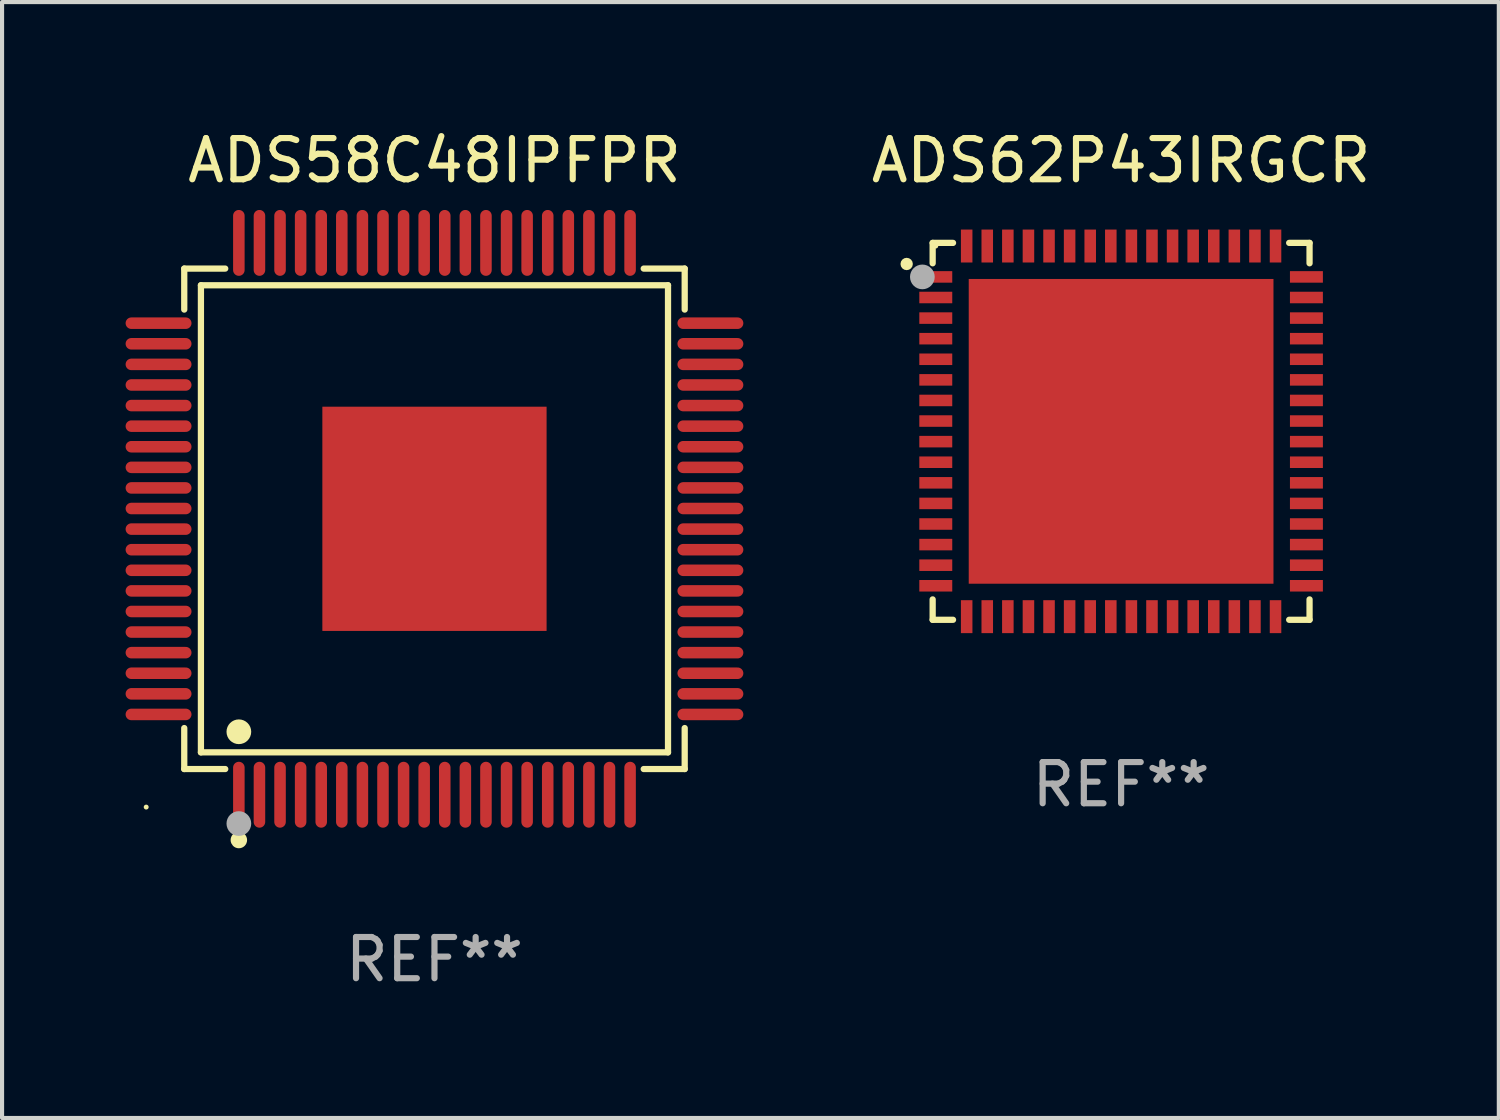
<source format=kicad_pcb>
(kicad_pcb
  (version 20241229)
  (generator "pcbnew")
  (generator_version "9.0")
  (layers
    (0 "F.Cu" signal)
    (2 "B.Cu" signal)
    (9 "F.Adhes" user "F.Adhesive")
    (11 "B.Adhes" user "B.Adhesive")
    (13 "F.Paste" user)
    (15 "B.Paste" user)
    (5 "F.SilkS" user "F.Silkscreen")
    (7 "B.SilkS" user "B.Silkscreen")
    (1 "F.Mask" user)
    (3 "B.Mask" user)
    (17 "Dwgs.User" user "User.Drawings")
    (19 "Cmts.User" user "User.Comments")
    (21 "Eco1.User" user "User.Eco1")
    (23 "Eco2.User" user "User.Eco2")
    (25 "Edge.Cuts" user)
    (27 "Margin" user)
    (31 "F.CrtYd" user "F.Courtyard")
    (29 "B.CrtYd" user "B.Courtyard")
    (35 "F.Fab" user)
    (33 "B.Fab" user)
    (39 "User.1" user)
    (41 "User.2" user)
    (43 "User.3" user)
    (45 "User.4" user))
  (footprint "ADS62P43IRGCR"
    (layer "F.Cu")
    (at 24.173 7.424)
    (property "Reference" "ADS62P43IRGCR" (at 0 -6.576 0) (layer "F.SilkS") (effects (font (size 1 1) (thickness 0.15))))
    (attr through_hole)
    (fp_line (start -4.576 -4.576) (end -4.576 -4.081) (stroke (width 0.152) (type solid)) (layer "F.SilkS"))
    (fp_line (start -4.576 4.576) (end -4.576 4.081) (stroke (width 0.152) (type solid)) (layer "F.SilkS"))
    (fp_line (start -4.081 -4.576) (end -4.576 -4.576) (stroke (width 0.152) (type solid)) (layer "F.SilkS"))
    (fp_line (start -4.081 4.576) (end -4.576 4.576) (stroke (width 0.152) (type solid)) (layer "F.SilkS"))
    (fp_line (start 4.081 -4.576) (end 4.576 -4.576) (stroke (width 0.152) (type solid)) (layer "F.SilkS"))
    (fp_line (start 4.081 4.576) (end 4.576 4.576) (stroke (width 0.152) (type solid)) (layer "F.SilkS"))
    (fp_line (start 4.576 -4.576) (end 4.576 -4.081) (stroke (width 0.152) (type solid)) (layer "F.SilkS"))
    (fp_line (start 4.576 4.576) (end 4.576 4.081) (stroke (width 0.152) (type solid)) (layer "F.SilkS"))
    (fp_circle (center -5.207 -4.064) (end -5.132 -4.064) (stroke (width 0.15) (type solid)) (fill no) (layer "F.SilkS"))
    (fp_circle (center -4.5 -4.5) (end -4.47 -4.5) (stroke (width 0.06) (type solid)) (fill no) (layer "F.SilkS"))
    (fp_circle (center -4.826 -3.75) (end -4.676 -3.75) (stroke (width 0.3) (type solid)) (fill no) (layer "F.Fab"))
    (fp_text user "REF**" (at 0 8.576 0) (layer "F.Fab") (effects (font (size 1 1) (thickness 0.15))))
    (pad "1" smd rect (at -4.5 -3.75) (size 0.8 0.28) (layers "F.Cu" "F.Mask" "F.Paste"))
    (pad "2" smd rect (at -4.5 -3.25) (size 0.8 0.28) (layers "F.Cu" "F.Mask" "F.Paste"))
    (pad "3" smd rect (at -4.5 -2.75) (size 0.8 0.28) (layers "F.Cu" "F.Mask" "F.Paste"))
    (pad "4" smd rect (at -4.5 -2.25) (size 0.8 0.28) (layers "F.Cu" "F.Mask" "F.Paste"))
    (pad "5" smd rect (at -4.5 -1.75) (size 0.8 0.28) (layers "F.Cu" "F.Mask" "F.Paste"))
    (pad "6" smd rect (at -4.5 -1.25) (size 0.8 0.28) (layers "F.Cu" "F.Mask" "F.Paste"))
    (pad "7" smd rect (at -4.5 -0.75) (size 0.8 0.28) (layers "F.Cu" "F.Mask" "F.Paste"))
    (pad "8" smd rect (at -4.5 -0.25) (size 0.8 0.28) (layers "F.Cu" "F.Mask" "F.Paste"))
    (pad "9" smd rect (at -4.5 0.25) (size 0.8 0.28) (layers "F.Cu" "F.Mask" "F.Paste"))
    (pad "10" smd rect (at -4.5 0.75) (size 0.8 0.28) (layers "F.Cu" "F.Mask" "F.Paste"))
    (pad "11" smd rect (at -4.5 1.25) (size 0.8 0.28) (layers "F.Cu" "F.Mask" "F.Paste"))
    (pad "12" smd rect (at -4.5 1.75) (size 0.8 0.28) (layers "F.Cu" "F.Mask" "F.Paste"))
    (pad "13" smd rect (at -4.5 2.25) (size 0.8 0.28) (layers "F.Cu" "F.Mask" "F.Paste"))
    (pad "14" smd rect (at -4.5 2.75) (size 0.8 0.28) (layers "F.Cu" "F.Mask" "F.Paste"))
    (pad "15" smd rect (at -4.5 3.25) (size 0.8 0.28) (layers "F.Cu" "F.Mask" "F.Paste"))
    (pad "16" smd rect (at -4.5 3.75) (size 0.8 0.28) (layers "F.Cu" "F.Mask" "F.Paste"))
    (pad "17" smd rect (at -3.75 4.5) (size 0.28 0.8) (layers "F.Cu" "F.Mask" "F.Paste"))
    (pad "18" smd rect (at -3.25 4.5) (size 0.28 0.8) (layers "F.Cu" "F.Mask" "F.Paste"))
    (pad "19" smd rect (at -2.75 4.5) (size 0.28 0.8) (layers "F.Cu" "F.Mask" "F.Paste"))
    (pad "20" smd rect (at -2.25 4.5) (size 0.28 0.8) (layers "F.Cu" "F.Mask" "F.Paste"))
    (pad "21" smd rect (at -1.75 4.5) (size 0.28 0.8) (layers "F.Cu" "F.Mask" "F.Paste"))
    (pad "22" smd rect (at -1.25 4.5) (size 0.28 0.8) (layers "F.Cu" "F.Mask" "F.Paste"))
    (pad "23" smd rect (at -0.75 4.5) (size 0.28 0.8) (layers "F.Cu" "F.Mask" "F.Paste"))
    (pad "24" smd rect (at -0.25 4.5) (size 0.28 0.8) (layers "F.Cu" "F.Mask" "F.Paste"))
    (pad "25" smd rect (at 0.25 4.5) (size 0.28 0.8) (layers "F.Cu" "F.Mask" "F.Paste"))
    (pad "26" smd rect (at 0.75 4.5) (size 0.28 0.8) (layers "F.Cu" "F.Mask" "F.Paste"))
    (pad "27" smd rect (at 1.25 4.5) (size 0.28 0.8) (layers "F.Cu" "F.Mask" "F.Paste"))
    (pad "28" smd rect (at 1.75 4.5) (size 0.28 0.8) (layers "F.Cu" "F.Mask" "F.Paste"))
    (pad "29" smd rect (at 2.25 4.5) (size 0.28 0.8) (layers "F.Cu" "F.Mask" "F.Paste"))
    (pad "30" smd rect (at 2.75 4.5) (size 0.28 0.8) (layers "F.Cu" "F.Mask" "F.Paste"))
    (pad "31" smd rect (at 3.25 4.5) (size 0.28 0.8) (layers "F.Cu" "F.Mask" "F.Paste"))
    (pad "32" smd rect (at 3.75 4.5) (size 0.28 0.8) (layers "F.Cu" "F.Mask" "F.Paste"))
    (pad "33" smd rect (at 4.5 3.75) (size 0.8 0.28) (layers "F.Cu" "F.Mask" "F.Paste"))
    (pad "34" smd rect (at 4.5 3.25) (size 0.8 0.28) (layers "F.Cu" "F.Mask" "F.Paste"))
    (pad "35" smd rect (at 4.5 2.75) (size 0.8 0.28) (layers "F.Cu" "F.Mask" "F.Paste"))
    (pad "36" smd rect (at 4.5 2.25) (size 0.8 0.28) (layers "F.Cu" "F.Mask" "F.Paste"))
    (pad "37" smd rect (at 4.5 1.75) (size 0.8 0.28) (layers "F.Cu" "F.Mask" "F.Paste"))
    (pad "38" smd rect (at 4.5 1.25) (size 0.8 0.28) (layers "F.Cu" "F.Mask" "F.Paste"))
    (pad "39" smd rect (at 4.5 0.75) (size 0.8 0.28) (layers "F.Cu" "F.Mask" "F.Paste"))
    (pad "40" smd rect (at 4.5 0.25) (size 0.8 0.28) (layers "F.Cu" "F.Mask" "F.Paste"))
    (pad "41" smd rect (at 4.5 -0.25) (size 0.8 0.28) (layers "F.Cu" "F.Mask" "F.Paste"))
    (pad "42" smd rect (at 4.5 -0.75) (size 0.8 0.28) (layers "F.Cu" "F.Mask" "F.Paste"))
    (pad "43" smd rect (at 4.5 -1.25) (size 0.8 0.28) (layers "F.Cu" "F.Mask" "F.Paste"))
    (pad "44" smd rect (at 4.5 -1.75) (size 0.8 0.28) (layers "F.Cu" "F.Mask" "F.Paste"))
    (pad "45" smd rect (at 4.5 -2.25) (size 0.8 0.28) (layers "F.Cu" "F.Mask" "F.Paste"))
    (pad "46" smd rect (at 4.5 -2.75) (size 0.8 0.28) (layers "F.Cu" "F.Mask" "F.Paste"))
    (pad "47" smd rect (at 4.5 -3.25) (size 0.8 0.28) (layers "F.Cu" "F.Mask" "F.Paste"))
    (pad "48" smd rect (at 4.5 -3.75) (size 0.8 0.28) (layers "F.Cu" "F.Mask" "F.Paste"))
    (pad "49" smd rect (at 3.75 -4.5) (size 0.28 0.8) (layers "F.Cu" "F.Mask" "F.Paste"))
    (pad "50" smd rect (at 3.25 -4.5) (size 0.28 0.8) (layers "F.Cu" "F.Mask" "F.Paste"))
    (pad "51" smd rect (at 2.75 -4.5) (size 0.28 0.8) (layers "F.Cu" "F.Mask" "F.Paste"))
    (pad "52" smd rect (at 2.25 -4.5) (size 0.28 0.8) (layers "F.Cu" "F.Mask" "F.Paste"))
    (pad "53" smd rect (at 1.75 -4.5) (size 0.28 0.8) (layers "F.Cu" "F.Mask" "F.Paste"))
    (pad "54" smd rect (at 1.25 -4.5) (size 0.28 0.8) (layers "F.Cu" "F.Mask" "F.Paste"))
    (pad "55" smd rect (at 0.75 -4.5) (size 0.28 0.8) (layers "F.Cu" "F.Mask" "F.Paste"))
    (pad "56" smd rect (at 0.25 -4.5) (size 0.28 0.8) (layers "F.Cu" "F.Mask" "F.Paste"))
    (pad "57" smd rect (at -0.25 -4.5) (size 0.28 0.8) (layers "F.Cu" "F.Mask" "F.Paste"))
    (pad "58" smd rect (at -0.75 -4.5) (size 0.28 0.8) (layers "F.Cu" "F.Mask" "F.Paste"))
    (pad "59" smd rect (at -1.25 -4.5) (size 0.28 0.8) (layers "F.Cu" "F.Mask" "F.Paste"))
    (pad "60" smd rect (at -1.75 -4.5) (size 0.28 0.8) (layers "F.Cu" "F.Mask" "F.Paste"))
    (pad "61" smd rect (at -2.25 -4.5) (size 0.28 0.8) (layers "F.Cu" "F.Mask" "F.Paste"))
    (pad "62" smd rect (at -2.75 -4.5) (size 0.28 0.8) (layers "F.Cu" "F.Mask" "F.Paste"))
    (pad "63" smd rect (at -3.25 -4.5) (size 0.28 0.8) (layers "F.Cu" "F.Mask" "F.Paste"))
    (pad "64" smd rect (at -3.75 -4.5) (size 0.28 0.8) (layers "F.Cu" "F.Mask" "F.Paste"))
    (pad "65" smd rect (at 0 0) (size 7.4 7.4) (layers "F.Cu" "F.Mask" "F.Paste")))
  (footprint "ADS58C48IPFPR"
    (layer "F.Cu")
    (at 7.5 9.548)
    (property "Reference" "ADS58C48IPFPR" (at 0 -8.7 0) (layer "F.SilkS") (effects (font (size 1 1) (thickness 0.15))))
    (attr through_hole)
    (fp_line (start -6.076 -6.076) (end -5.081 -6.076) (stroke (width 0.152) (type solid)) (layer "F.SilkS"))
    (fp_line (start -6.076 -5.081) (end -6.076 -6.076) (stroke (width 0.152) (type solid)) (layer "F.SilkS"))
    (fp_line (start -6.076 5.081) (end -6.076 6.076) (stroke (width 0.152) (type solid)) (layer "F.SilkS"))
    (fp_line (start -6.076 6.076) (end -5.081 6.076) (stroke (width 0.152) (type solid)) (layer "F.SilkS"))
    (fp_line (start -5.671 -5.671) (end 5.671 -5.671) (stroke (width 0.152) (type solid)) (layer "F.SilkS"))
    (fp_line (start -5.671 5.671) (end -5.671 -5.671) (stroke (width 0.152) (type solid)) (layer "F.SilkS"))
    (fp_line (start 5.671 -5.671) (end 5.671 5.671) (stroke (width 0.152) (type solid)) (layer "F.SilkS"))
    (fp_line (start 5.671 5.671) (end -5.671 5.671) (stroke (width 0.152) (type solid)) (layer "F.SilkS"))
    (fp_line (start 6.076 -6.076) (end 5.081 -6.076) (stroke (width 0.152) (type solid)) (layer "F.SilkS"))
    (fp_line (start 6.076 -5.081) (end 6.076 -6.076) (stroke (width 0.152) (type solid)) (layer "F.SilkS"))
    (fp_line (start 6.076 5.081) (end 6.076 6.076) (stroke (width 0.152) (type solid)) (layer "F.SilkS"))
    (fp_line (start 6.076 6.076) (end 5.081 6.076) (stroke (width 0.152) (type solid)) (layer "F.SilkS"))
    (fp_circle (center -7 7) (end -6.97 7) (stroke (width 0.06) (type solid)) (fill no) (layer "F.SilkS"))
    (fp_circle (center -4.75 5.171) (end -4.6 5.171) (stroke (width 0.3) (type solid)) (fill no) (layer "F.SilkS"))
    (fp_circle (center -4.75 7.8) (end -4.65 7.8) (stroke (width 0.2) (type solid)) (fill no) (layer "F.SilkS"))
    (fp_circle (center -4.75 7.4) (end -4.6 7.4) (stroke (width 0.3) (type solid)) (fill no) (layer "F.Fab"))
    (fp_text user "REF**" (at 0 10.7 0) (layer "F.Fab") (effects (font (size 1 1) (thickness 0.15))))
    (pad "1" smd oval (at -4.75 6.7) (size 0.28 1.6) (layers "F.Cu" "F.Mask" "F.Paste"))
    (pad "2" smd oval (at -4.25 6.7) (size 0.28 1.6) (layers "F.Cu" "F.Mask" "F.Paste"))
    (pad "3" smd oval (at -3.75 6.7) (size 0.28 1.6) (layers "F.Cu" "F.Mask" "F.Paste"))
    (pad "4" smd oval (at -3.25 6.7) (size 0.28 1.6) (layers "F.Cu" "F.Mask" "F.Paste"))
    (pad "5" smd oval (at -2.75 6.7) (size 0.28 1.6) (layers "F.Cu" "F.Mask" "F.Paste"))
    (pad "6" smd oval (at -2.25 6.7) (size 0.28 1.6) (layers "F.Cu" "F.Mask" "F.Paste"))
    (pad "7" smd oval (at -1.75 6.7) (size 0.28 1.6) (layers "F.Cu" "F.Mask" "F.Paste"))
    (pad "8" smd oval (at -1.25 6.7) (size 0.28 1.6) (layers "F.Cu" "F.Mask" "F.Paste"))
    (pad "9" smd oval (at -0.75 6.7) (size 0.28 1.6) (layers "F.Cu" "F.Mask" "F.Paste"))
    (pad "10" smd oval (at -0.25 6.7) (size 0.28 1.6) (layers "F.Cu" "F.Mask" "F.Paste"))
    (pad "11" smd oval (at 0.25 6.7) (size 0.28 1.6) (layers "F.Cu" "F.Mask" "F.Paste"))
    (pad "12" smd oval (at 0.75 6.7) (size 0.28 1.6) (layers "F.Cu" "F.Mask" "F.Paste"))
    (pad "13" smd oval (at 1.25 6.7) (size 0.28 1.6) (layers "F.Cu" "F.Mask" "F.Paste"))
    (pad "14" smd oval (at 1.75 6.7) (size 0.28 1.6) (layers "F.Cu" "F.Mask" "F.Paste"))
    (pad "15" smd oval (at 2.25 6.7) (size 0.28 1.6) (layers "F.Cu" "F.Mask" "F.Paste"))
    (pad "16" smd oval (at 2.75 6.7) (size 0.28 1.6) (layers "F.Cu" "F.Mask" "F.Paste"))
    (pad "17" smd oval (at 3.25 6.7) (size 0.28 1.6) (layers "F.Cu" "F.Mask" "F.Paste"))
    (pad "18" smd oval (at 3.75 6.7) (size 0.28 1.6) (layers "F.Cu" "F.Mask" "F.Paste"))
    (pad "19" smd oval (at 4.25 6.7) (size 0.28 1.6) (layers "F.Cu" "F.Mask" "F.Paste"))
    (pad "20" smd oval (at 4.75 6.7) (size 0.28 1.6) (layers "F.Cu" "F.Mask" "F.Paste"))
    (pad "21" smd oval (at 6.7 4.75) (size 1.6 0.28) (layers "F.Cu" "F.Mask" "F.Paste"))
    (pad "22" smd oval (at 6.7 4.25) (size 1.6 0.28) (layers "F.Cu" "F.Mask" "F.Paste"))
    (pad "23" smd oval (at 6.7 3.75) (size 1.6 0.28) (layers "F.Cu" "F.Mask" "F.Paste"))
    (pad "24" smd oval (at 6.7 3.25) (size 1.6 0.28) (layers "F.Cu" "F.Mask" "F.Paste"))
    (pad "25" smd oval (at 6.7 2.75) (size 1.6 0.28) (layers "F.Cu" "F.Mask" "F.Paste"))
    (pad "26" smd oval (at 6.7 2.25) (size 1.6 0.28) (layers "F.Cu" "F.Mask" "F.Paste"))
    (pad "27" smd oval (at 6.7 1.75) (size 1.6 0.28) (layers "F.Cu" "F.Mask" "F.Paste"))
    (pad "28" smd oval (at 6.7 1.25) (size 1.6 0.28) (layers "F.Cu" "F.Mask" "F.Paste"))
    (pad "29" smd oval (at 6.7 0.75) (size 1.6 0.28) (layers "F.Cu" "F.Mask" "F.Paste"))
    (pad "30" smd oval (at 6.7 0.25) (size 1.6 0.28) (layers "F.Cu" "F.Mask" "F.Paste"))
    (pad "31" smd oval (at 6.7 -0.25) (size 1.6 0.28) (layers "F.Cu" "F.Mask" "F.Paste"))
    (pad "32" smd oval (at 6.7 -0.75) (size 1.6 0.28) (layers "F.Cu" "F.Mask" "F.Paste"))
    (pad "33" smd oval (at 6.7 -1.25) (size 1.6 0.28) (layers "F.Cu" "F.Mask" "F.Paste"))
    (pad "34" smd oval (at 6.7 -1.75) (size 1.6 0.28) (layers "F.Cu" "F.Mask" "F.Paste"))
    (pad "35" smd oval (at 6.7 -2.25) (size 1.6 0.28) (layers "F.Cu" "F.Mask" "F.Paste"))
    (pad "36" smd oval (at 6.7 -2.75) (size 1.6 0.28) (layers "F.Cu" "F.Mask" "F.Paste"))
    (pad "37" smd oval (at 6.7 -3.25) (size 1.6 0.28) (layers "F.Cu" "F.Mask" "F.Paste"))
    (pad "38" smd oval (at 6.7 -3.75) (size 1.6 0.28) (layers "F.Cu" "F.Mask" "F.Paste"))
    (pad "39" smd oval (at 6.7 -4.25) (size 1.6 0.28) (layers "F.Cu" "F.Mask" "F.Paste"))
    (pad "40" smd oval (at 6.7 -4.75) (size 1.6 0.28) (layers "F.Cu" "F.Mask" "F.Paste"))
    (pad "41" smd oval (at 4.75 -6.7) (size 0.28 1.6) (layers "F.Cu" "F.Mask" "F.Paste"))
    (pad "42" smd oval (at 4.25 -6.7) (size 0.28 1.6) (layers "F.Cu" "F.Mask" "F.Paste"))
    (pad "43" smd oval (at 3.75 -6.7) (size 0.28 1.6) (layers "F.Cu" "F.Mask" "F.Paste"))
    (pad "44" smd oval (at 3.25 -6.7) (size 0.28 1.6) (layers "F.Cu" "F.Mask" "F.Paste"))
    (pad "45" smd oval (at 2.75 -6.7) (size 0.28 1.6) (layers "F.Cu" "F.Mask" "F.Paste"))
    (pad "46" smd oval (at 2.25 -6.7) (size 0.28 1.6) (layers "F.Cu" "F.Mask" "F.Paste"))
    (pad "47" smd oval (at 1.75 -6.7) (size 0.28 1.6) (layers "F.Cu" "F.Mask" "F.Paste"))
    (pad "48" smd oval (at 1.25 -6.7) (size 0.28 1.6) (layers "F.Cu" "F.Mask" "F.Paste"))
    (pad "49" smd oval (at 0.75 -6.7) (size 0.28 1.6) (layers "F.Cu" "F.Mask" "F.Paste"))
    (pad "50" smd oval (at 0.25 -6.7) (size 0.28 1.6) (layers "F.Cu" "F.Mask" "F.Paste"))
    (pad "51" smd oval (at -0.25 -6.7) (size 0.28 1.6) (layers "F.Cu" "F.Mask" "F.Paste"))
    (pad "52" smd oval (at -0.75 -6.7) (size 0.28 1.6) (layers "F.Cu" "F.Mask" "F.Paste"))
    (pad "53" smd oval (at -1.25 -6.7) (size 0.28 1.6) (layers "F.Cu" "F.Mask" "F.Paste"))
    (pad "54" smd oval (at -1.75 -6.7) (size 0.28 1.6) (layers "F.Cu" "F.Mask" "F.Paste"))
    (pad "55" smd oval (at -2.25 -6.7) (size 0.28 1.6) (layers "F.Cu" "F.Mask" "F.Paste"))
    (pad "56" smd oval (at -2.75 -6.7) (size 0.28 1.6) (layers "F.Cu" "F.Mask" "F.Paste"))
    (pad "57" smd oval (at -3.25 -6.7) (size 0.28 1.6) (layers "F.Cu" "F.Mask" "F.Paste"))
    (pad "58" smd oval (at -3.75 -6.7) (size 0.28 1.6) (layers "F.Cu" "F.Mask" "F.Paste"))
    (pad "59" smd oval (at -4.25 -6.7) (size 0.28 1.6) (layers "F.Cu" "F.Mask" "F.Paste"))
    (pad "60" smd oval (at -4.75 -6.7) (size 0.28 1.6) (layers "F.Cu" "F.Mask" "F.Paste"))
    (pad "61" smd oval (at -6.7 -4.75) (size 1.6 0.28) (layers "F.Cu" "F.Mask" "F.Paste"))
    (pad "62" smd oval (at -6.7 -4.25) (size 1.6 0.28) (layers "F.Cu" "F.Mask" "F.Paste"))
    (pad "63" smd oval (at -6.7 -3.75) (size 1.6 0.28) (layers "F.Cu" "F.Mask" "F.Paste"))
    (pad "64" smd oval (at -6.7 -3.25) (size 1.6 0.28) (layers "F.Cu" "F.Mask" "F.Paste"))
    (pad "65" smd oval (at -6.7 -2.75) (size 1.6 0.28) (layers "F.Cu" "F.Mask" "F.Paste"))
    (pad "66" smd oval (at -6.7 -2.25) (size 1.6 0.28) (layers "F.Cu" "F.Mask" "F.Paste"))
    (pad "67" smd oval (at -6.7 -1.75) (size 1.6 0.28) (layers "F.Cu" "F.Mask" "F.Paste"))
    (pad "68" smd oval (at -6.7 -1.25) (size 1.6 0.28) (layers "F.Cu" "F.Mask" "F.Paste"))
    (pad "69" smd oval (at -6.7 -0.75) (size 1.6 0.28) (layers "F.Cu" "F.Mask" "F.Paste"))
    (pad "70" smd oval (at -6.7 -0.25) (size 1.6 0.28) (layers "F.Cu" "F.Mask" "F.Paste"))
    (pad "71" smd oval (at -6.7 0.25) (size 1.6 0.28) (layers "F.Cu" "F.Mask" "F.Paste"))
    (pad "72" smd oval (at -6.7 0.75) (size 1.6 0.28) (layers "F.Cu" "F.Mask" "F.Paste"))
    (pad "73" smd oval (at -6.7 1.25) (size 1.6 0.28) (layers "F.Cu" "F.Mask" "F.Paste"))
    (pad "74" smd oval (at -6.7 1.75) (size 1.6 0.28) (layers "F.Cu" "F.Mask" "F.Paste"))
    (pad "75" smd oval (at -6.7 2.25) (size 1.6 0.28) (layers "F.Cu" "F.Mask" "F.Paste"))
    (pad "76" smd oval (at -6.7 2.75) (size 1.6 0.28) (layers "F.Cu" "F.Mask" "F.Paste"))
    (pad "77" smd oval (at -6.7 3.25) (size 1.6 0.28) (layers "F.Cu" "F.Mask" "F.Paste"))
    (pad "78" smd oval (at -6.7 3.75) (size 1.6 0.28) (layers "F.Cu" "F.Mask" "F.Paste"))
    (pad "79" smd oval (at -6.7 4.25) (size 1.6 0.28) (layers "F.Cu" "F.Mask" "F.Paste"))
    (pad "80" smd oval (at -6.7 4.75) (size 1.6 0.28) (layers "F.Cu" "F.Mask" "F.Paste"))
    (pad "81" smd rect (at 0 0) (size 5.445 5.445) (layers "F.Cu" "F.Mask" "F.Paste")))
  (gr_rect
    (start -3 -3)
    (end 33.345 24.097)
    (stroke (width 0.1) (type default))
    (fill no)
    (layer "Edge.Cuts")))
</source>
